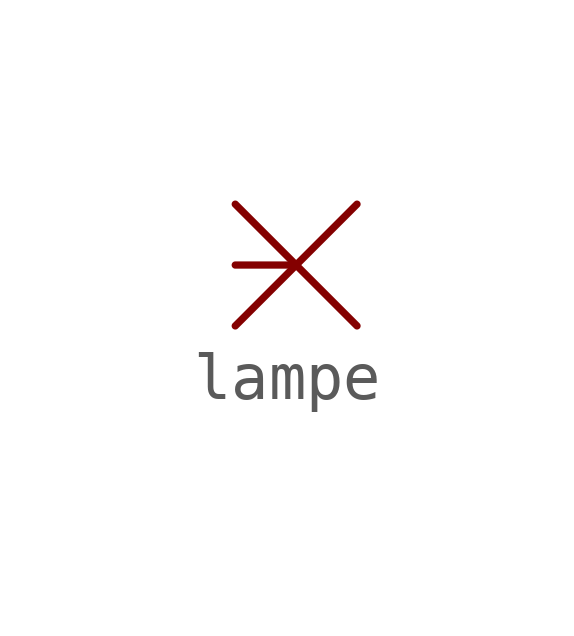
<source format=kicad_sym>
(kicad_symbol_lib
  (version 20211014)
  (generator kicad_symbol_editor)
  (symbol "lampe"
    (pin_numbers hide)
    (pin_names
      (offset 0) hide)
    (property "Reference" "U"
      (at 3.81 0 0)
      (effects (font (size 1.27 1.27)) hide))
    (symbol "lampe_0_0"
      (polyline (pts (xy 0 1.27) (xy 2.54 -1.27)) (stroke (width 0) (type default) (color 0 0 0 0)) (fill (type none)))
      (polyline (pts (xy 2.54 1.27) (xy 0 -1.27)) (stroke (width 0) (type default) (color 0 0 0 0)) (fill (type none))))
    (symbol "lampe_1_1"
      (pin passive line (at 0 0 0) (length 1.27) (name "2" (effects (font (size 1.27 1.27)))) (number "2" (effects (font (size 1.27 1.27))))))))
</source>
